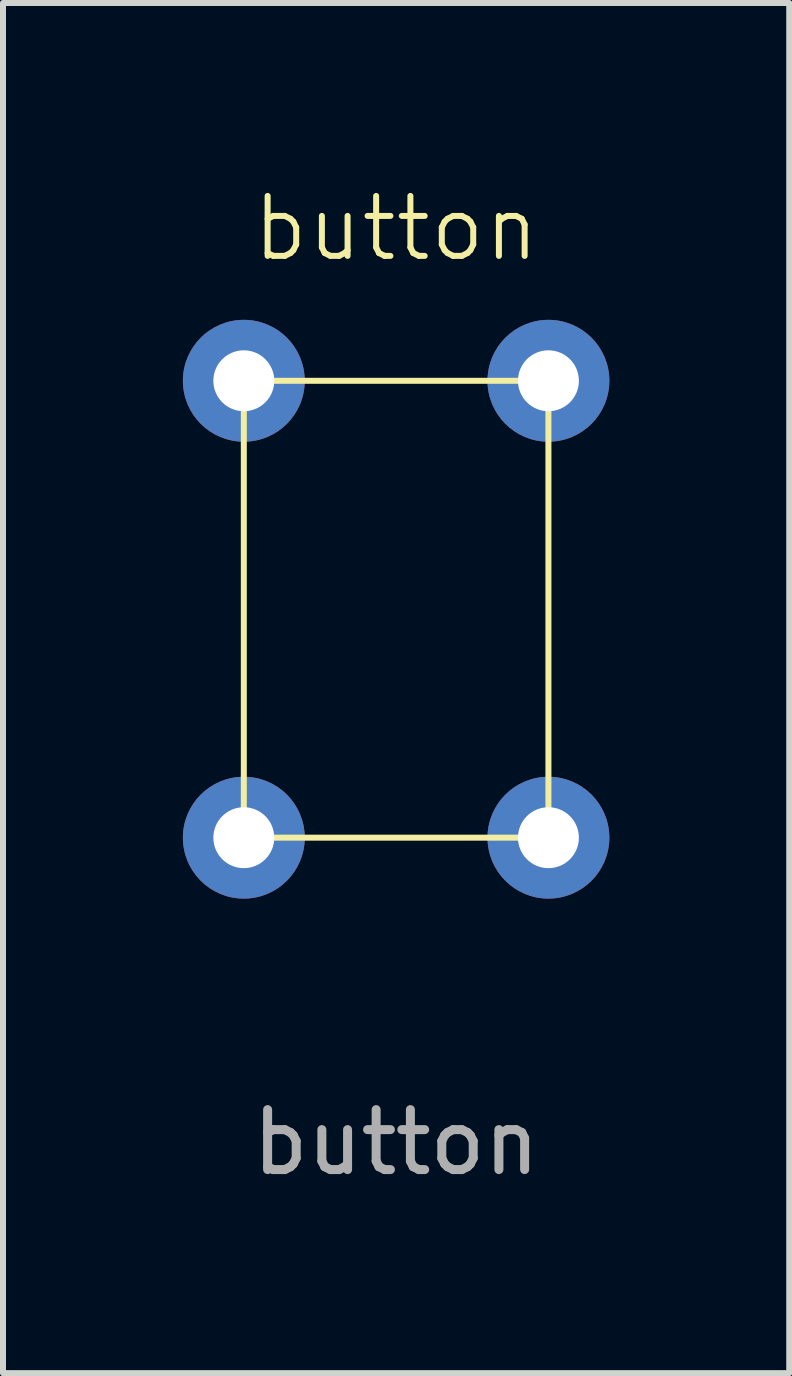
<source format=kicad_pcb>
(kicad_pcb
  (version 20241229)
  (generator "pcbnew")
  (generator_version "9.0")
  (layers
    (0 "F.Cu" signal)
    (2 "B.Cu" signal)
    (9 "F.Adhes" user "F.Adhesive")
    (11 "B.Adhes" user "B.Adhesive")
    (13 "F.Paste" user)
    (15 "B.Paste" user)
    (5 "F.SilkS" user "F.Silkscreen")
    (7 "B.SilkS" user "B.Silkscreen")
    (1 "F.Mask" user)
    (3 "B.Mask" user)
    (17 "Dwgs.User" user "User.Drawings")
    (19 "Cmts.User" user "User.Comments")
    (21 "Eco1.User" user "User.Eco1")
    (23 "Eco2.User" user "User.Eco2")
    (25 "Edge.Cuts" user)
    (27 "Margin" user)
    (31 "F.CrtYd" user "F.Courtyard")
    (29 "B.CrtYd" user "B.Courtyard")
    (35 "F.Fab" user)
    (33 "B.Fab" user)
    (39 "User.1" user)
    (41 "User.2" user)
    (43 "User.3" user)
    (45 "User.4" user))
  (footprint "button"
    (layer "F.Cu")
    (at 3.556 8.38)
    (property "Reference" "button" (at 0 -7.62 0) (unlocked yes) (layer "F.SilkS") (effects (font (size 1 1) (thickness 0.1))))
    (attr through_hole)
    (fp_line (start -2.54 -5.08) (end 2.54 -5.08) (stroke (width 0.1) (type default)) (layer "F.SilkS"))
    (fp_line (start -2.54 2.54) (end -2.54 -5.08) (stroke (width 0.1) (type default)) (layer "F.SilkS"))
    (fp_line (start 2.54 -5.08) (end 2.54 2.54) (stroke (width 0.1) (type default)) (layer "F.SilkS"))
    (fp_line (start 2.54 2.54) (end -2.54 2.54) (stroke (width 0.1) (type default)) (layer "F.SilkS"))
    (fp_text user "${REFERENCE}" (at 0 7.62 0) (unlocked yes) (layer "F.Fab") (effects (font (size 1 1) (thickness 0.15))))
    (pad "1" thru_hole circle (at -2.54 -5.08) (size 2.032 2.032) (drill 1.016) (layers "*.Cu" "*.Mask"))
    (pad "2" thru_hole circle (at 2.54 -5.08) (size 2.032 2.032) (drill 1.016) (layers "*.Cu" "*.Mask"))
    (pad "3" thru_hole circle (at -2.54 2.54) (size 2.032 2.032) (drill 1.016) (layers "*.Cu" "*.Mask"))
    (pad "4" thru_hole circle (at 2.54 2.54) (size 2.032 2.032) (drill 1.016) (layers "*.Cu" "*.Mask")))
  (gr_rect
    (start -3 -3)
    (end 10.112 19.849)
    (stroke (width 0.1) (type default))
    (fill no)
    (layer "Edge.Cuts")))
</source>
